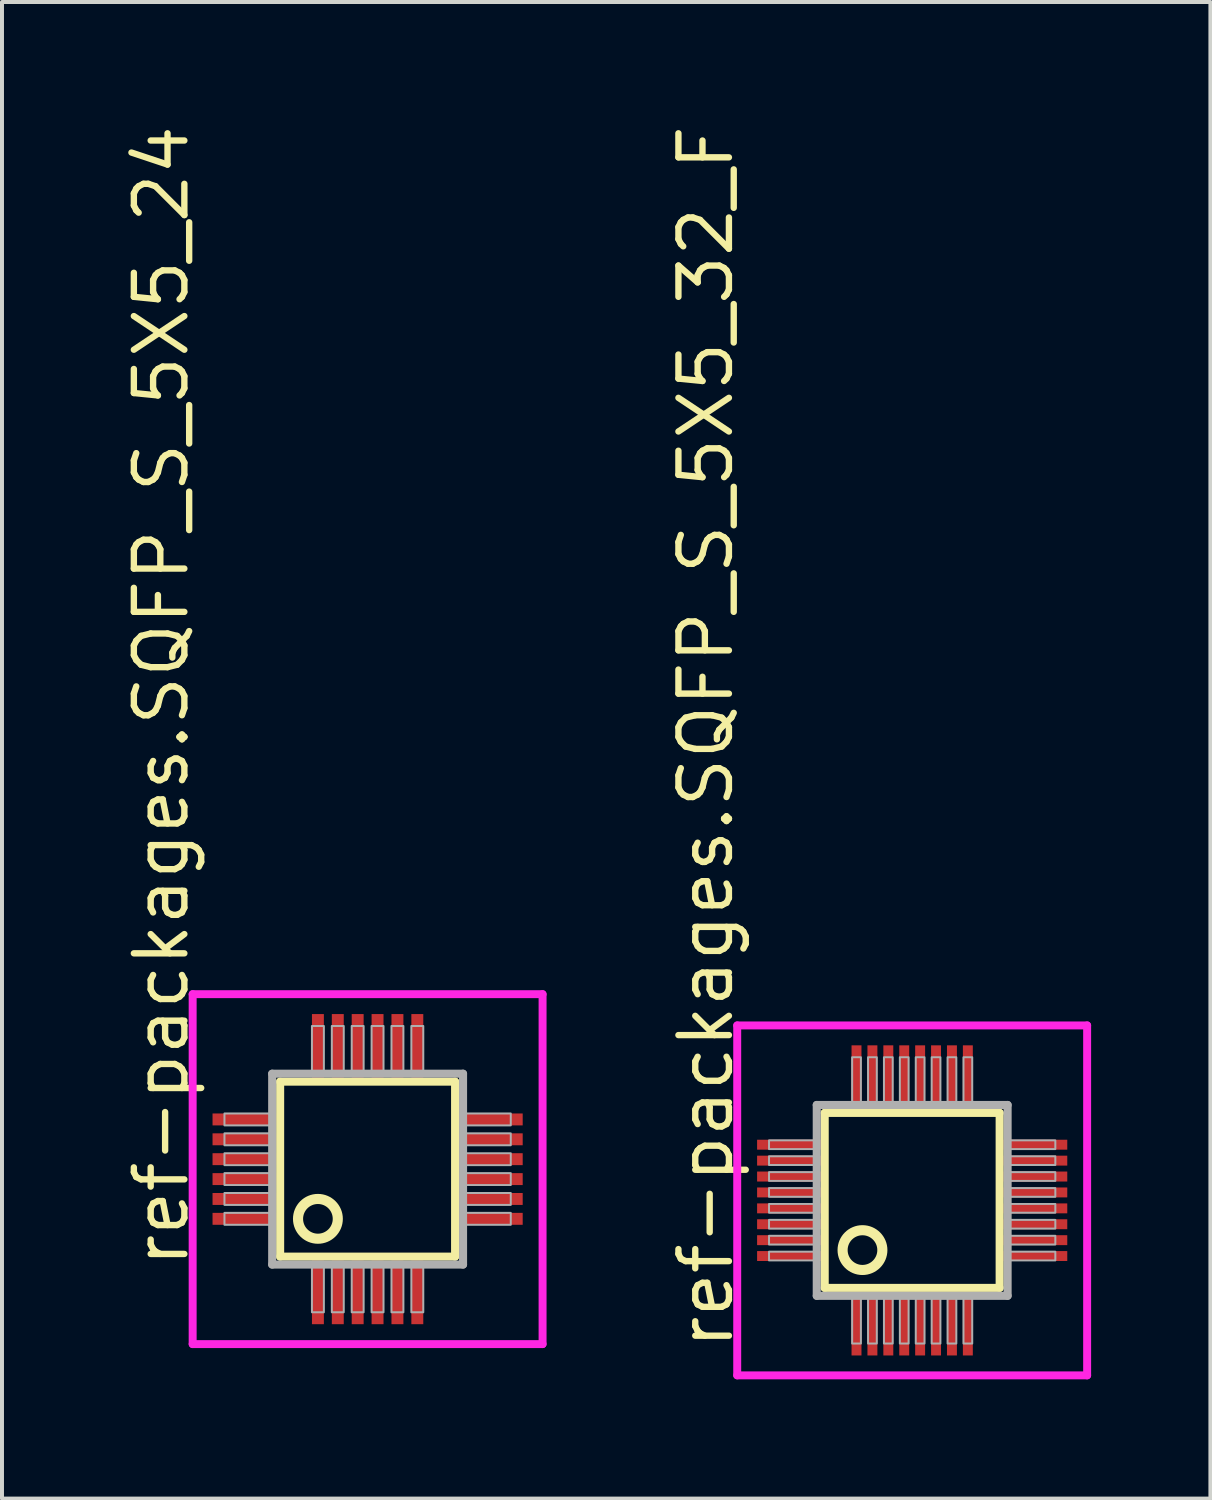
<source format=kicad_pcb>
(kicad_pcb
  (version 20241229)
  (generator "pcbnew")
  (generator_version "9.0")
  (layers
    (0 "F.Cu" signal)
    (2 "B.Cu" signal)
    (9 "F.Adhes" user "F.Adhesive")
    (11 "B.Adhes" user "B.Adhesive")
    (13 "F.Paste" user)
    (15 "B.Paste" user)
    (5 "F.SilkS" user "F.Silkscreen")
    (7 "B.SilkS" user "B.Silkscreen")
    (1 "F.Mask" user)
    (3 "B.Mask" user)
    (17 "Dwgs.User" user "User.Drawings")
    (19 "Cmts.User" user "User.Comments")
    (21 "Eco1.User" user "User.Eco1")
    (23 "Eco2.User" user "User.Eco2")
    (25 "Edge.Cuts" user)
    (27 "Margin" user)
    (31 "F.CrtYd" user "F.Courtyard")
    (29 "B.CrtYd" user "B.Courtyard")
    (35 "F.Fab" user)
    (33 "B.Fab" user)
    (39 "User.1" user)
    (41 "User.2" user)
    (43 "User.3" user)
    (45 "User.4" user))
  (footprint "ref-packages.SQFP_S_5X5_24"
    (layer "F.Cu")
    (at 6.195 26.352)
    (property "Reference" "ref-packages.SQFP_S_5X5_24" (at -4.445 2.54 90) (layer "F.SilkS") (effects (font (size 1.27 1.27) (thickness 0.16)) (justify left bottom)))
    (attr smd)
    (fp_line (start -2.2 -2.2) (end 2.2 -2.2) (stroke (width 0.203) (type default)) (layer "F.SilkS"))
    (fp_line (start -2.2 2.2) (end -2.2 -2.2) (stroke (width 0.203) (type default)) (layer "F.SilkS"))
    (fp_line (start 2.2 -2.2) (end 2.2 2.2) (stroke (width 0.203) (type default)) (layer "F.SilkS"))
    (fp_line (start 2.2 2.2) (end -2.2 2.2) (stroke (width 0.203) (type default)) (layer "F.SilkS"))
    (fp_circle (center -1.25 1.25) (end -0.75 1.25) (stroke (width 0.254) (type default)) (fill no) (layer "F.SilkS"))
    (fp_line (start -4.4 -4.4) (end 4.4 -4.4) (stroke (width 0.2) (type default)) (layer "F.CrtYd"))
    (fp_line (start -4.4 4.4) (end -4.4 -4.4) (stroke (width 0.2) (type default)) (layer "F.CrtYd"))
    (fp_line (start 4.4 -4.4) (end 4.4 4.4) (stroke (width 0.2) (type default)) (layer "F.CrtYd"))
    (fp_line (start 4.4 4.4) (end -4.4 4.4) (stroke (width 0.2) (type default)) (layer "F.CrtYd"))
    (fp_line (start -2.4 -2.4) (end -2.4 2.4) (stroke (width 0.203) (type default)) (layer "F.Fab"))
    (fp_line (start -2.4 2.4) (end 2.4 2.4) (stroke (width 0.203) (type default)) (layer "F.Fab"))
    (fp_line (start 2.4 -2.4) (end -2.4 -2.4) (stroke (width 0.203) (type default)) (layer "F.Fab"))
    (fp_line (start 2.4 2.4) (end 2.4 -2.4) (stroke (width 0.203) (type default)) (layer "F.Fab"))
    (fp_rect (start -3.6 -1.1) (end -2.45 -1.4) (stroke (width 0.05) (type default)) (fill no) (layer "F.Fab"))
    (fp_rect (start -3.6 -0.6) (end -2.45 -0.9) (stroke (width 0.05) (type default)) (fill no) (layer "F.Fab"))
    (fp_rect (start -3.6 -0.1) (end -2.45 -0.4) (stroke (width 0.05) (type default)) (fill no) (layer "F.Fab"))
    (fp_rect (start -3.6 0.4) (end -2.45 0.1) (stroke (width 0.05) (type default)) (fill no) (layer "F.Fab"))
    (fp_rect (start -3.6 0.9) (end -2.45 0.6) (stroke (width 0.05) (type default)) (fill no) (layer "F.Fab"))
    (fp_rect (start -3.6 1.4) (end -2.45 1.1) (stroke (width 0.05) (type default)) (fill no) (layer "F.Fab"))
    (fp_rect (start -1.4 -2.45) (end -1.1 -3.6) (stroke (width 0.05) (type default)) (fill no) (layer "F.Fab"))
    (fp_rect (start -1.4 3.6) (end -1.1 2.45) (stroke (width 0.05) (type default)) (fill no) (layer "F.Fab"))
    (fp_rect (start -0.9 -2.45) (end -0.6 -3.6) (stroke (width 0.05) (type default)) (fill no) (layer "F.Fab"))
    (fp_rect (start -0.9 3.6) (end -0.6 2.45) (stroke (width 0.05) (type default)) (fill no) (layer "F.Fab"))
    (fp_rect (start -0.4 -2.45) (end -0.1 -3.6) (stroke (width 0.05) (type default)) (fill no) (layer "F.Fab"))
    (fp_rect (start -0.4 3.6) (end -0.1 2.45) (stroke (width 0.05) (type default)) (fill no) (layer "F.Fab"))
    (fp_rect (start 0.1 -2.45) (end 0.4 -3.6) (stroke (width 0.05) (type default)) (fill no) (layer "F.Fab"))
    (fp_rect (start 0.1 3.6) (end 0.4 2.45) (stroke (width 0.05) (type default)) (fill no) (layer "F.Fab"))
    (fp_rect (start 0.6 -2.45) (end 0.9 -3.6) (stroke (width 0.05) (type default)) (fill no) (layer "F.Fab"))
    (fp_rect (start 0.6 3.6) (end 0.9 2.45) (stroke (width 0.05) (type default)) (fill no) (layer "F.Fab"))
    (fp_rect (start 1.1 -2.45) (end 1.4 -3.6) (stroke (width 0.05) (type default)) (fill no) (layer "F.Fab"))
    (fp_rect (start 1.1 3.6) (end 1.4 2.45) (stroke (width 0.05) (type default)) (fill no) (layer "F.Fab"))
    (fp_rect (start 2.45 -1.1) (end 3.6 -1.4) (stroke (width 0.05) (type default)) (fill no) (layer "F.Fab"))
    (fp_rect (start 2.45 -0.6) (end 3.6 -0.9) (stroke (width 0.05) (type default)) (fill no) (layer "F.Fab"))
    (fp_rect (start 2.45 -0.1) (end 3.6 -0.4) (stroke (width 0.05) (type default)) (fill no) (layer "F.Fab"))
    (fp_rect (start 2.45 0.4) (end 3.6 0.1) (stroke (width 0.05) (type default)) (fill no) (layer "F.Fab"))
    (fp_rect (start 2.45 0.9) (end 3.6 0.6) (stroke (width 0.05) (type default)) (fill no) (layer "F.Fab"))
    (fp_rect (start 2.45 1.4) (end 3.6 1.1) (stroke (width 0.05) (type default)) (fill no) (layer "F.Fab"))
    (pad "1" smd roundrect (at -1.25 3.1) (size 0.3 1.6) (layers "F.Cu" "F.Mask" "F.Paste") (roundrect_rratio 0.01))
    (pad "2" smd roundrect (at -0.75 3.1) (size 0.3 1.6) (layers "F.Cu" "F.Mask" "F.Paste") (roundrect_rratio 0.01))
    (pad "3" smd roundrect (at -0.25 3.1) (size 0.3 1.6) (layers "F.Cu" "F.Mask" "F.Paste") (roundrect_rratio 0.01))
    (pad "4" smd roundrect (at 0.25 3.1) (size 0.3 1.6) (layers "F.Cu" "F.Mask" "F.Paste") (roundrect_rratio 0.01))
    (pad "5" smd roundrect (at 0.75 3.1) (size 0.3 1.6) (layers "F.Cu" "F.Mask" "F.Paste") (roundrect_rratio 0.01))
    (pad "6" smd roundrect (at 1.25 3.1) (size 0.3 1.6) (layers "F.Cu" "F.Mask" "F.Paste") (roundrect_rratio 0.01))
    (pad "7" smd roundrect (at 3.1 1.25) (size 1.6 0.3) (layers "F.Cu" "F.Mask" "F.Paste") (roundrect_rratio 0.01))
    (pad "8" smd roundrect (at 3.1 0.75) (size 1.6 0.3) (layers "F.Cu" "F.Mask" "F.Paste") (roundrect_rratio 0.01))
    (pad "9" smd roundrect (at 3.1 0.25) (size 1.6 0.3) (layers "F.Cu" "F.Mask" "F.Paste") (roundrect_rratio 0.01))
    (pad "10" smd roundrect (at 3.1 -0.25) (size 1.6 0.3) (layers "F.Cu" "F.Mask" "F.Paste") (roundrect_rratio 0.01))
    (pad "11" smd roundrect (at 3.1 -0.75) (size 1.6 0.3) (layers "F.Cu" "F.Mask" "F.Paste") (roundrect_rratio 0.01))
    (pad "12" smd roundrect (at 3.1 -1.25) (size 1.6 0.3) (layers "F.Cu" "F.Mask" "F.Paste") (roundrect_rratio 0.01))
    (pad "13" smd roundrect (at 1.25 -3.1) (size 0.3 1.6) (layers "F.Cu" "F.Mask" "F.Paste") (roundrect_rratio 0.01))
    (pad "14" smd roundrect (at 0.75 -3.1) (size 0.3 1.6) (layers "F.Cu" "F.Mask" "F.Paste") (roundrect_rratio 0.01))
    (pad "15" smd roundrect (at 0.25 -3.1) (size 0.3 1.6) (layers "F.Cu" "F.Mask" "F.Paste") (roundrect_rratio 0.01))
    (pad "16" smd roundrect (at -0.25 -3.1) (size 0.3 1.6) (layers "F.Cu" "F.Mask" "F.Paste") (roundrect_rratio 0.01))
    (pad "17" smd roundrect (at -0.75 -3.1) (size 0.3 1.6) (layers "F.Cu" "F.Mask" "F.Paste") (roundrect_rratio 0.01))
    (pad "18" smd roundrect (at -1.25 -3.1) (size 0.3 1.6) (layers "F.Cu" "F.Mask" "F.Paste") (roundrect_rratio 0.01))
    (pad "19" smd roundrect (at -3.1 -1.25) (size 1.6 0.3) (layers "F.Cu" "F.Mask" "F.Paste") (roundrect_rratio 0.01))
    (pad "20" smd roundrect (at -3.1 -0.75) (size 1.6 0.3) (layers "F.Cu" "F.Mask" "F.Paste") (roundrect_rratio 0.01))
    (pad "21" smd roundrect (at -3.1 -0.25) (size 1.6 0.3) (layers "F.Cu" "F.Mask" "F.Paste") (roundrect_rratio 0.01))
    (pad "22" smd roundrect (at -3.1 0.25) (size 1.6 0.3) (layers "F.Cu" "F.Mask" "F.Paste") (roundrect_rratio 0.01))
    (pad "23" smd roundrect (at -3.1 0.75) (size 1.6 0.3) (layers "F.Cu" "F.Mask" "F.Paste") (roundrect_rratio 0.01))
    (pad "24" smd roundrect (at -3.1 1.25) (size 1.6 0.3) (layers "F.Cu" "F.Mask" "F.Paste") (roundrect_rratio 0.01)))
  (footprint "ref-packages.SQFP_S_5X5_32_F"
    (layer "F.Cu")
    (at 19.89 27.138)
    (property "Reference" "ref-packages.SQFP_S_5X5_32_F" (at -4.445 3.81 90) (layer "F.SilkS") (effects (font (size 1.27 1.27) (thickness 0.16)) (justify left bottom)))
    (attr smd)
    (fp_line (start -2.2 -2.2) (end 2.2 -2.2) (stroke (width 0.203) (type default)) (layer "F.SilkS"))
    (fp_line (start -2.2 2.2) (end -2.2 -2.2) (stroke (width 0.203) (type default)) (layer "F.SilkS"))
    (fp_line (start 2.2 -2.2) (end 2.2 2.2) (stroke (width 0.203) (type default)) (layer "F.SilkS"))
    (fp_line (start 2.2 2.2) (end -2.2 2.2) (stroke (width 0.203) (type default)) (layer "F.SilkS"))
    (fp_circle (center -1.25 1.25) (end -0.75 1.25) (stroke (width 0.254) (type default)) (fill no) (layer "F.SilkS"))
    (fp_line (start -4.4 -4.4) (end 4.4 -4.4) (stroke (width 0.2) (type default)) (layer "F.CrtYd"))
    (fp_line (start -4.4 4.4) (end -4.4 -4.4) (stroke (width 0.2) (type default)) (layer "F.CrtYd"))
    (fp_line (start 4.4 -4.4) (end 4.4 4.4) (stroke (width 0.2) (type default)) (layer "F.CrtYd"))
    (fp_line (start 4.4 4.4) (end -4.4 4.4) (stroke (width 0.2) (type default)) (layer "F.CrtYd"))
    (fp_line (start -2.4 -2.4) (end -2.4 2.4) (stroke (width 0.203) (type default)) (layer "F.Fab"))
    (fp_line (start -2.4 2.4) (end 2.4 2.4) (stroke (width 0.203) (type default)) (layer "F.Fab"))
    (fp_line (start 2.4 -2.4) (end -2.4 -2.4) (stroke (width 0.203) (type default)) (layer "F.Fab"))
    (fp_line (start 2.4 2.4) (end 2.4 -2.4) (stroke (width 0.203) (type default)) (layer "F.Fab"))
    (fp_rect (start -3.6 -1.29) (end -2.45 -1.51) (stroke (width 0.05) (type default)) (fill no) (layer "F.Fab"))
    (fp_rect (start -3.6 -0.89) (end -2.45 -1.11) (stroke (width 0.05) (type default)) (fill no) (layer "F.Fab"))
    (fp_rect (start -3.6 -0.49) (end -2.45 -0.71) (stroke (width 0.05) (type default)) (fill no) (layer "F.Fab"))
    (fp_rect (start -3.6 -0.09) (end -2.45 -0.31) (stroke (width 0.05) (type default)) (fill no) (layer "F.Fab"))
    (fp_rect (start -3.6 0.31) (end -2.45 0.09) (stroke (width 0.05) (type default)) (fill no) (layer "F.Fab"))
    (fp_rect (start -3.6 0.71) (end -2.45 0.49) (stroke (width 0.05) (type default)) (fill no) (layer "F.Fab"))
    (fp_rect (start -3.6 1.11) (end -2.45 0.89) (stroke (width 0.05) (type default)) (fill no) (layer "F.Fab"))
    (fp_rect (start -3.6 1.51) (end -2.45 1.29) (stroke (width 0.05) (type default)) (fill no) (layer "F.Fab"))
    (fp_rect (start -1.51 -2.45) (end -1.29 -3.6) (stroke (width 0.05) (type default)) (fill no) (layer "F.Fab"))
    (fp_rect (start -1.51 3.6) (end -1.29 2.45) (stroke (width 0.05) (type default)) (fill no) (layer "F.Fab"))
    (fp_rect (start -1.11 -2.45) (end -0.89 -3.6) (stroke (width 0.05) (type default)) (fill no) (layer "F.Fab"))
    (fp_rect (start -1.11 3.6) (end -0.89 2.45) (stroke (width 0.05) (type default)) (fill no) (layer "F.Fab"))
    (fp_rect (start -0.71 -2.45) (end -0.49 -3.6) (stroke (width 0.05) (type default)) (fill no) (layer "F.Fab"))
    (fp_rect (start -0.71 3.6) (end -0.49 2.45) (stroke (width 0.05) (type default)) (fill no) (layer "F.Fab"))
    (fp_rect (start -0.31 -2.45) (end -0.09 -3.6) (stroke (width 0.05) (type default)) (fill no) (layer "F.Fab"))
    (fp_rect (start -0.31 3.6) (end -0.09 2.45) (stroke (width 0.05) (type default)) (fill no) (layer "F.Fab"))
    (fp_rect (start 0.09 -2.45) (end 0.31 -3.6) (stroke (width 0.05) (type default)) (fill no) (layer "F.Fab"))
    (fp_rect (start 0.09 3.6) (end 0.31 2.45) (stroke (width 0.05) (type default)) (fill no) (layer "F.Fab"))
    (fp_rect (start 0.49 -2.45) (end 0.71 -3.6) (stroke (width 0.05) (type default)) (fill no) (layer "F.Fab"))
    (fp_rect (start 0.49 3.6) (end 0.71 2.45) (stroke (width 0.05) (type default)) (fill no) (layer "F.Fab"))
    (fp_rect (start 0.89 -2.45) (end 1.11 -3.6) (stroke (width 0.05) (type default)) (fill no) (layer "F.Fab"))
    (fp_rect (start 0.89 3.6) (end 1.11 2.45) (stroke (width 0.05) (type default)) (fill no) (layer "F.Fab"))
    (fp_rect (start 1.29 -2.45) (end 1.51 -3.6) (stroke (width 0.05) (type default)) (fill no) (layer "F.Fab"))
    (fp_rect (start 1.29 3.6) (end 1.51 2.45) (stroke (width 0.05) (type default)) (fill no) (layer "F.Fab"))
    (fp_rect (start 2.45 -1.29) (end 3.6 -1.51) (stroke (width 0.05) (type default)) (fill no) (layer "F.Fab"))
    (fp_rect (start 2.45 -0.89) (end 3.6 -1.11) (stroke (width 0.05) (type default)) (fill no) (layer "F.Fab"))
    (fp_rect (start 2.45 -0.49) (end 3.6 -0.71) (stroke (width 0.05) (type default)) (fill no) (layer "F.Fab"))
    (fp_rect (start 2.45 -0.09) (end 3.6 -0.31) (stroke (width 0.05) (type default)) (fill no) (layer "F.Fab"))
    (fp_rect (start 2.45 0.31) (end 3.6 0.09) (stroke (width 0.05) (type default)) (fill no) (layer "F.Fab"))
    (fp_rect (start 2.45 0.71) (end 3.6 0.49) (stroke (width 0.05) (type default)) (fill no) (layer "F.Fab"))
    (fp_rect (start 2.45 1.11) (end 3.6 0.89) (stroke (width 0.05) (type default)) (fill no) (layer "F.Fab"))
    (fp_rect (start 2.45 1.51) (end 3.6 1.29) (stroke (width 0.05) (type default)) (fill no) (layer "F.Fab"))
    (pad "1" smd roundrect (at -1.4 3.1) (size 0.25 1.6) (layers "F.Cu" "F.Mask" "F.Paste") (roundrect_rratio 0.01))
    (pad "2" smd roundrect (at -1 3.1) (size 0.25 1.6) (layers "F.Cu" "F.Mask" "F.Paste") (roundrect_rratio 0.01))
    (pad "3" smd roundrect (at -0.6 3.1) (size 0.25 1.6) (layers "F.Cu" "F.Mask" "F.Paste") (roundrect_rratio 0.01))
    (pad "4" smd roundrect (at -0.2 3.1) (size 0.25 1.6) (layers "F.Cu" "F.Mask" "F.Paste") (roundrect_rratio 0.01))
    (pad "5" smd roundrect (at 0.2 3.1) (size 0.25 1.6) (layers "F.Cu" "F.Mask" "F.Paste") (roundrect_rratio 0.01))
    (pad "6" smd roundrect (at 0.6 3.1) (size 0.25 1.6) (layers "F.Cu" "F.Mask" "F.Paste") (roundrect_rratio 0.01))
    (pad "7" smd roundrect (at 1 3.1) (size 0.25 1.6) (layers "F.Cu" "F.Mask" "F.Paste") (roundrect_rratio 0.01))
    (pad "8" smd roundrect (at 1.4 3.1) (size 0.25 1.6) (layers "F.Cu" "F.Mask" "F.Paste") (roundrect_rratio 0.01))
    (pad "9" smd roundrect (at 3.1 1.4) (size 1.6 0.25) (layers "F.Cu" "F.Mask" "F.Paste") (roundrect_rratio 0.01))
    (pad "10" smd roundrect (at 3.1 1) (size 1.6 0.25) (layers "F.Cu" "F.Mask" "F.Paste") (roundrect_rratio 0.01))
    (pad "11" smd roundrect (at 3.1 0.6) (size 1.6 0.25) (layers "F.Cu" "F.Mask" "F.Paste") (roundrect_rratio 0.01))
    (pad "12" smd roundrect (at 3.1 0.2) (size 1.6 0.25) (layers "F.Cu" "F.Mask" "F.Paste") (roundrect_rratio 0.01))
    (pad "13" smd roundrect (at 3.1 -0.2) (size 1.6 0.25) (layers "F.Cu" "F.Mask" "F.Paste") (roundrect_rratio 0.01))
    (pad "14" smd roundrect (at 3.1 -0.6) (size 1.6 0.25) (layers "F.Cu" "F.Mask" "F.Paste") (roundrect_rratio 0.01))
    (pad "15" smd roundrect (at 3.1 -1) (size 1.6 0.25) (layers "F.Cu" "F.Mask" "F.Paste") (roundrect_rratio 0.01))
    (pad "16" smd roundrect (at 3.1 -1.4) (size 1.6 0.25) (layers "F.Cu" "F.Mask" "F.Paste") (roundrect_rratio 0.01))
    (pad "17" smd roundrect (at 1.4 -3.1) (size 0.25 1.6) (layers "F.Cu" "F.Mask" "F.Paste") (roundrect_rratio 0.01))
    (pad "18" smd roundrect (at 1 -3.1) (size 0.25 1.6) (layers "F.Cu" "F.Mask" "F.Paste") (roundrect_rratio 0.01))
    (pad "19" smd roundrect (at 0.6 -3.1) (size 0.25 1.6) (layers "F.Cu" "F.Mask" "F.Paste") (roundrect_rratio 0.01))
    (pad "20" smd roundrect (at 0.2 -3.1) (size 0.25 1.6) (layers "F.Cu" "F.Mask" "F.Paste") (roundrect_rratio 0.01))
    (pad "21" smd roundrect (at -0.2 -3.1) (size 0.25 1.6) (layers "F.Cu" "F.Mask" "F.Paste") (roundrect_rratio 0.01))
    (pad "22" smd roundrect (at -0.6 -3.1) (size 0.25 1.6) (layers "F.Cu" "F.Mask" "F.Paste") (roundrect_rratio 0.01))
    (pad "23" smd roundrect (at -1 -3.1) (size 0.25 1.6) (layers "F.Cu" "F.Mask" "F.Paste") (roundrect_rratio 0.01))
    (pad "24" smd roundrect (at -1.4 -3.1) (size 0.25 1.6) (layers "F.Cu" "F.Mask" "F.Paste") (roundrect_rratio 0.01))
    (pad "25" smd roundrect (at -3.1 -1.4) (size 1.6 0.25) (layers "F.Cu" "F.Mask" "F.Paste") (roundrect_rratio 0.01))
    (pad "26" smd roundrect (at -3.1 -1) (size 1.6 0.25) (layers "F.Cu" "F.Mask" "F.Paste") (roundrect_rratio 0.01))
    (pad "27" smd roundrect (at -3.1 -0.6) (size 1.6 0.25) (layers "F.Cu" "F.Mask" "F.Paste") (roundrect_rratio 0.01))
    (pad "28" smd roundrect (at -3.1 -0.2) (size 1.6 0.25) (layers "F.Cu" "F.Mask" "F.Paste") (roundrect_rratio 0.01))
    (pad "29" smd roundrect (at -3.1 0.2) (size 1.6 0.25) (layers "F.Cu" "F.Mask" "F.Paste") (roundrect_rratio 0.01))
    (pad "30" smd roundrect (at -3.1 0.6) (size 1.6 0.25) (layers "F.Cu" "F.Mask" "F.Paste") (roundrect_rratio 0.01))
    (pad "31" smd roundrect (at -3.1 1) (size 1.6 0.25) (layers "F.Cu" "F.Mask" "F.Paste") (roundrect_rratio 0.01))
    (pad "32" smd roundrect (at -3.1 1.4) (size 1.6 0.25) (layers "F.Cu" "F.Mask" "F.Paste") (roundrect_rratio 0.01)))
  (gr_rect
    (start -3 -3)
    (end 27.39 34.638)
    (stroke (width 0.1) (type default))
    (fill no)
    (layer "Edge.Cuts")))
</source>
